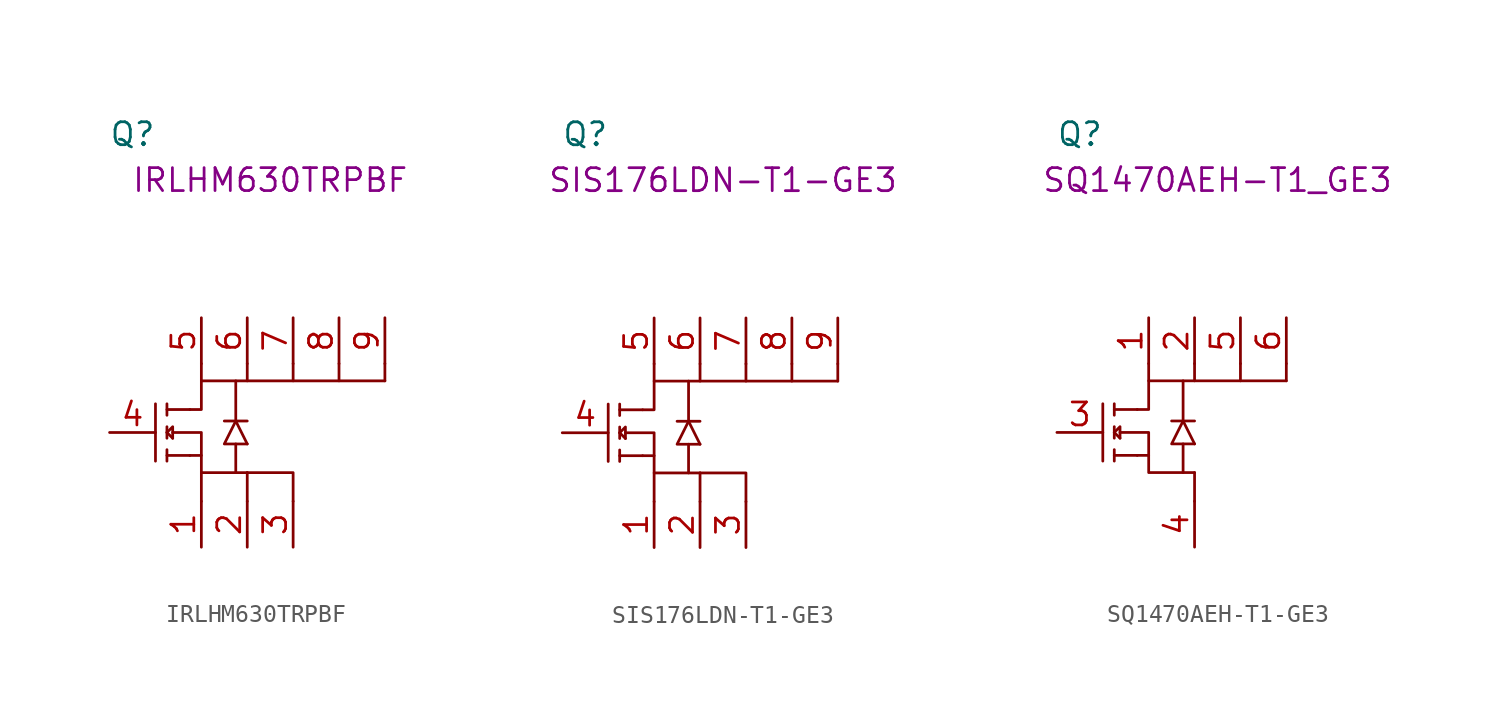
<source format=kicad_sym>
(kicad_symbol_lib
  (version 20211014)
  (generator kicad_symbol_editor)
  (symbol "IRLHM630TRPBF"
    (property "Reference" "Q"
      (at 1.27 16.51 0)
      (effects (font (size 1.27 1.27))))
    (property "P/N" "IRLHM630TRPBF"
      (at 8.89 13.97 0)
      (effects (font (size 1.27 1.27))))
    (symbol "IRLHM630TRPBF_0_0"
      (pin passive line (at 5.08 -6.35 90) (length 2.54) (name "" (effects (font (size 1.27 1.27)))) (number "1" (effects (font (size 1.27 1.27)))))
      (pin passive line (at 7.62 -6.35 90) (length 2.54) (name "" (effects (font (size 1.27 1.27)))) (number "2" (effects (font (size 1.27 1.27)))))
      (pin passive line (at 10.16 -6.35 90) (length 2.54) (name "" (effects (font (size 1.27 1.27)))) (number "3" (effects (font (size 1.27 1.27)))))
      (pin passive line (at 0 0 0) (length 2.54) (name "" (effects (font (size 1.27 1.27)))) (number "4" (effects (font (size 1.27 1.27)))))
      (pin passive line (at 5.08 6.35 270) (length 2.54) (name "" (effects (font (size 1.27 1.27)))) (number "5" (effects (font (size 1.27 1.27)))))
      (pin passive line (at 7.62 6.35 270) (length 2.54) (name "" (effects (font (size 1.27 1.27)))) (number "6" (effects (font (size 1.27 1.27)))))
      (pin passive line (at 10.16 6.35 270) (length 2.54) (name "" (effects (font (size 1.27 1.27)))) (number "7" (effects (font (size 1.27 1.27)))))
      (pin passive line (at 12.7 6.35 270) (length 2.54) (name "" (effects (font (size 1.27 1.27)))) (number "8" (effects (font (size 1.27 1.27)))))
      (pin passive line (at 15.24 6.35 270) (length 2.54) (name "" (effects (font (size 1.27 1.27)))) (number "9" (effects (font (size 1.27 1.27))))))
    (symbol "IRLHM630TRPBF_0_1"
      (polyline (pts (xy 2.54 -1.587) (xy 2.54 1.587)) (stroke (width 0) (type default) (color 0 0 0 0)) (fill (type none)))
      (polyline (pts (xy 3.175 -1.27) (xy 4.445 -1.27)) (stroke (width 0) (type default) (color 0 0 0 0)) (fill (type none)))
      (polyline (pts (xy 3.175 -0.953) (xy 3.175 -1.587)) (stroke (width 0) (type default) (color 0 0 0 0)) (fill (type none)))
      (polyline (pts (xy 3.175 0) (xy 3.493 -0.318)) (stroke (width 0) (type default) (color 0 0 0 0)) (fill (type none)))
      (polyline (pts (xy 3.175 0.318) (xy 3.175 -0.318)) (stroke (width 0) (type default) (color 0 0 0 0)) (fill (type none)))
      (polyline (pts (xy 3.175 1.27) (xy 4.445 1.27)) (stroke (width 0) (type default) (color 0 0 0 0)) (fill (type none)))
      (polyline (pts (xy 3.175 1.587) (xy 3.175 0.953)) (stroke (width 0) (type default) (color 0 0 0 0)) (fill (type none)))
      (polyline (pts (xy 5.08 -3.81) (xy 5.08 -2.223)) (stroke (width 0) (type default) (color 0 0 0 0)) (fill (type none)))
      (polyline (pts (xy 5.08 2.857) (xy 5.08 3.81)) (stroke (width 0) (type default) (color 0 0 0 0)) (fill (type none)))
      (polyline (pts (xy 6.985 -0.635) (xy 6.985 -2.223)) (stroke (width 0) (type default) (color 0 0 0 0)) (fill (type none)))
      (polyline (pts (xy 6.985 0.635) (xy 6.985 2.857)) (stroke (width 0) (type default) (color 0 0 0 0)) (fill (type none)))
      (polyline (pts (xy 7.62 -3.81) (xy 7.62 -2.223)) (stroke (width 0) (type default) (color 0 0 0 0)) (fill (type none)))
      (polyline (pts (xy 7.62 -0.635) (xy 6.985 0.635)) (stroke (width 0) (type default) (color 0 0 0 0)) (fill (type none)))
      (polyline (pts (xy 7.62 0.635) (xy 6.35 0.635)) (stroke (width 0) (type default) (color 0 0 0 0)) (fill (type none)))
      (polyline (pts (xy 7.62 2.857) (xy 7.62 3.81)) (stroke (width 0) (type default) (color 0 0 0 0)) (fill (type none)))
      (polyline (pts (xy 10.16 2.857) (xy 10.16 3.81)) (stroke (width 0) (type default) (color 0 0 0 0)) (fill (type none)))
      (polyline (pts (xy 12.7 2.857) (xy 12.7 3.81)) (stroke (width 0) (type default) (color 0 0 0 0)) (fill (type none)))
      (polyline (pts (xy 15.24 2.857) (xy 15.24 3.81)) (stroke (width 0) (type default) (color 0 0 0 0)) (fill (type none)))
      (polyline (pts (xy 3.493 -0.318) (xy 3.493 0.318) (xy 3.175 0)) (stroke (width 0) (type default) (color 0 0 0 0)) (fill (type none)))
      (polyline (pts (xy 3.493 0) (xy 5.08 0) (xy 5.08 -1.27)) (stroke (width 0) (type default) (color 0 0 0 0)) (fill (type none)))
      (polyline (pts (xy 7.62 -2.223) (xy 10.16 -2.223) (xy 10.16 -3.81)) (stroke (width 0) (type default) (color 0 0 0 0)) (fill (type none)))
      (polyline (pts (xy 7.62 -0.635) (xy 6.35 -0.635) (xy 6.985 0.635)) (stroke (width 0) (type default) (color 0 0 0 0)) (fill (type none)))
      (polyline (pts (xy 4.445 -1.27) (xy 5.08 -1.27) (xy 5.08 -2.223) (xy 7.62 -2.223)) (stroke (width 0) (type default) (color 0 0 0 0)) (fill (type none)))
      (polyline (pts (xy 4.445 1.27) (xy 5.08 1.27) (xy 5.08 2.857) (xy 15.24 2.857)) (stroke (width 0) (type default) (color 0 0 0 0)) (fill (type none)))))
  (symbol "SIS176LDN-T1-GE3"
    (property "Reference" "Q"
      (at 1.27 16.51 0)
      (effects (font (size 1.27 1.27))))
    (property "P/N" "SIS176LDN-T1-GE3"
      (at 8.89 13.97 0)
      (effects (font (size 1.27 1.27))))
    (symbol "SIS176LDN-T1-GE3_0_0"
      (pin passive line (at 5.08 -6.35 90) (length 2.54) (name "" (effects (font (size 1.27 1.27)))) (number "1" (effects (font (size 1.27 1.27)))))
      (pin passive line (at 7.62 -6.35 90) (length 2.54) (name "" (effects (font (size 1.27 1.27)))) (number "2" (effects (font (size 1.27 1.27)))))
      (pin passive line (at 10.16 -6.35 90) (length 2.54) (name "" (effects (font (size 1.27 1.27)))) (number "3" (effects (font (size 1.27 1.27)))))
      (pin passive line (at 0 0 0) (length 2.54) (name "" (effects (font (size 1.27 1.27)))) (number "4" (effects (font (size 1.27 1.27)))))
      (pin passive line (at 5.08 6.35 270) (length 2.54) (name "" (effects (font (size 1.27 1.27)))) (number "5" (effects (font (size 1.27 1.27)))))
      (pin passive line (at 7.62 6.35 270) (length 2.54) (name "" (effects (font (size 1.27 1.27)))) (number "6" (effects (font (size 1.27 1.27)))))
      (pin passive line (at 10.16 6.35 270) (length 2.54) (name "" (effects (font (size 1.27 1.27)))) (number "7" (effects (font (size 1.27 1.27)))))
      (pin passive line (at 12.7 6.35 270) (length 2.54) (name "" (effects (font (size 1.27 1.27)))) (number "8" (effects (font (size 1.27 1.27)))))
      (pin passive line (at 15.24 6.35 270) (length 2.54) (name "" (effects (font (size 1.27 1.27)))) (number "9" (effects (font (size 1.27 1.27))))))
    (symbol "SIS176LDN-T1-GE3_0_1"
      (polyline (pts (xy 2.54 -1.587) (xy 2.54 1.587)) (stroke (width 0) (type default) (color 0 0 0 0)) (fill (type none)))
      (polyline (pts (xy 3.175 -1.27) (xy 4.445 -1.27)) (stroke (width 0) (type default) (color 0 0 0 0)) (fill (type none)))
      (polyline (pts (xy 3.175 -0.953) (xy 3.175 -1.587)) (stroke (width 0) (type default) (color 0 0 0 0)) (fill (type none)))
      (polyline (pts (xy 3.175 0) (xy 3.493 -0.318)) (stroke (width 0) (type default) (color 0 0 0 0)) (fill (type none)))
      (polyline (pts (xy 3.175 0.318) (xy 3.175 -0.318)) (stroke (width 0) (type default) (color 0 0 0 0)) (fill (type none)))
      (polyline (pts (xy 3.175 1.27) (xy 4.445 1.27)) (stroke (width 0) (type default) (color 0 0 0 0)) (fill (type none)))
      (polyline (pts (xy 3.175 1.587) (xy 3.175 0.953)) (stroke (width 0) (type default) (color 0 0 0 0)) (fill (type none)))
      (polyline (pts (xy 5.08 -3.81) (xy 5.08 -2.223)) (stroke (width 0) (type default) (color 0 0 0 0)) (fill (type none)))
      (polyline (pts (xy 5.08 2.857) (xy 5.08 3.81)) (stroke (width 0) (type default) (color 0 0 0 0)) (fill (type none)))
      (polyline (pts (xy 6.985 -0.635) (xy 6.985 -2.223)) (stroke (width 0) (type default) (color 0 0 0 0)) (fill (type none)))
      (polyline (pts (xy 6.985 0.635) (xy 6.985 2.857)) (stroke (width 0) (type default) (color 0 0 0 0)) (fill (type none)))
      (polyline (pts (xy 7.62 -3.81) (xy 7.62 -2.223)) (stroke (width 0) (type default) (color 0 0 0 0)) (fill (type none)))
      (polyline (pts (xy 7.62 -0.635) (xy 6.985 0.635)) (stroke (width 0) (type default) (color 0 0 0 0)) (fill (type none)))
      (polyline (pts (xy 7.62 0.635) (xy 6.35 0.635)) (stroke (width 0) (type default) (color 0 0 0 0)) (fill (type none)))
      (polyline (pts (xy 7.62 2.857) (xy 7.62 3.81)) (stroke (width 0) (type default) (color 0 0 0 0)) (fill (type none)))
      (polyline (pts (xy 10.16 2.857) (xy 10.16 3.81)) (stroke (width 0) (type default) (color 0 0 0 0)) (fill (type none)))
      (polyline (pts (xy 12.7 2.857) (xy 12.7 3.81)) (stroke (width 0) (type default) (color 0 0 0 0)) (fill (type none)))
      (polyline (pts (xy 15.24 2.857) (xy 15.24 3.81)) (stroke (width 0) (type default) (color 0 0 0 0)) (fill (type none)))
      (polyline (pts (xy 3.493 -0.318) (xy 3.493 0.318) (xy 3.175 0)) (stroke (width 0) (type default) (color 0 0 0 0)) (fill (type none)))
      (polyline (pts (xy 3.493 0) (xy 5.08 0) (xy 5.08 -1.27)) (stroke (width 0) (type default) (color 0 0 0 0)) (fill (type none)))
      (polyline (pts (xy 7.62 -2.223) (xy 10.16 -2.223) (xy 10.16 -3.81)) (stroke (width 0) (type default) (color 0 0 0 0)) (fill (type none)))
      (polyline (pts (xy 7.62 -0.635) (xy 6.35 -0.635) (xy 6.985 0.635)) (stroke (width 0) (type default) (color 0 0 0 0)) (fill (type none)))
      (polyline (pts (xy 4.445 -1.27) (xy 5.08 -1.27) (xy 5.08 -2.223) (xy 7.62 -2.223)) (stroke (width 0) (type default) (color 0 0 0 0)) (fill (type none)))
      (polyline (pts (xy 4.445 1.27) (xy 5.08 1.27) (xy 5.08 2.857) (xy 15.24 2.857)) (stroke (width 0) (type default) (color 0 0 0 0)) (fill (type none)))))
  (symbol "SQ1470AEH-T1-GE3"
    (property "Reference" "Q"
      (at 1.27 16.51 0)
      (effects (font (size 1.27 1.27))))
    (property "P/N" "SQ1470AEH-T1_GE3"
      (at 8.89 13.97 0)
      (effects (font (size 1.27 1.27))))
    (symbol "SQ1470AEH-T1-GE3_0_0"
      (pin passive line (at 5.08 6.35 270) (length 2.54) (name "" (effects (font (size 1.27 1.27)))) (number "1" (effects (font (size 1.27 1.27)))))
      (pin passive line (at 7.62 6.35 270) (length 2.54) (name "" (effects (font (size 1.27 1.27)))) (number "2" (effects (font (size 1.27 1.27)))))
      (pin passive line (at 0 0 0) (length 2.54) (name "" (effects (font (size 1.27 1.27)))) (number "3" (effects (font (size 1.27 1.27)))))
      (pin passive line (at 7.62 -6.35 90) (length 2.54) (name "" (effects (font (size 1.27 1.27)))) (number "4" (effects (font (size 1.27 1.27)))))
      (pin passive line (at 10.16 6.35 270) (length 2.54) (name "" (effects (font (size 1.27 1.27)))) (number "5" (effects (font (size 1.27 1.27)))))
      (pin passive line (at 12.7 6.35 270) (length 2.54) (name "" (effects (font (size 1.27 1.27)))) (number "6" (effects (font (size 1.27 1.27))))))
    (symbol "SQ1470AEH-T1-GE3_0_1"
      (polyline (pts (xy 2.54 -1.587) (xy 2.54 1.587)) (stroke (width 0) (type default) (color 0 0 0 0)) (fill (type none)))
      (polyline (pts (xy 3.175 -1.27) (xy 4.445 -1.27)) (stroke (width 0) (type default) (color 0 0 0 0)) (fill (type none)))
      (polyline (pts (xy 3.175 -0.953) (xy 3.175 -1.587)) (stroke (width 0) (type default) (color 0 0 0 0)) (fill (type none)))
      (polyline (pts (xy 3.175 0) (xy 3.493 -0.318)) (stroke (width 0) (type default) (color 0 0 0 0)) (fill (type none)))
      (polyline (pts (xy 3.175 0.318) (xy 3.175 -0.318)) (stroke (width 0) (type default) (color 0 0 0 0)) (fill (type none)))
      (polyline (pts (xy 3.175 1.27) (xy 4.445 1.27)) (stroke (width 0) (type default) (color 0 0 0 0)) (fill (type none)))
      (polyline (pts (xy 3.175 1.587) (xy 3.175 0.953)) (stroke (width 0) (type default) (color 0 0 0 0)) (fill (type none)))
      (polyline (pts (xy 5.08 2.857) (xy 5.08 3.81)) (stroke (width 0) (type default) (color 0 0 0 0)) (fill (type none)))
      (polyline (pts (xy 6.985 -0.635) (xy 6.985 -2.223)) (stroke (width 0) (type default) (color 0 0 0 0)) (fill (type none)))
      (polyline (pts (xy 6.985 0.635) (xy 6.985 2.857)) (stroke (width 0) (type default) (color 0 0 0 0)) (fill (type none)))
      (polyline (pts (xy 7.62 -3.81) (xy 7.62 -2.223)) (stroke (width 0) (type default) (color 0 0 0 0)) (fill (type none)))
      (polyline (pts (xy 7.62 -0.635) (xy 6.985 0.635)) (stroke (width 0) (type default) (color 0 0 0 0)) (fill (type none)))
      (polyline (pts (xy 7.62 0.635) (xy 6.35 0.635)) (stroke (width 0) (type default) (color 0 0 0 0)) (fill (type none)))
      (polyline (pts (xy 7.62 2.857) (xy 7.62 3.81)) (stroke (width 0) (type default) (color 0 0 0 0)) (fill (type none)))
      (polyline (pts (xy 10.16 2.857) (xy 10.16 3.81)) (stroke (width 0) (type default) (color 0 0 0 0)) (fill (type none)))
      (polyline (pts (xy 12.7 2.857) (xy 12.7 3.81)) (stroke (width 0) (type default) (color 0 0 0 0)) (fill (type none)))
      (polyline (pts (xy 3.493 -0.318) (xy 3.493 0.318) (xy 3.175 0)) (stroke (width 0) (type default) (color 0 0 0 0)) (fill (type none)))
      (polyline (pts (xy 3.493 0) (xy 5.08 0) (xy 5.08 -1.27)) (stroke (width 0) (type default) (color 0 0 0 0)) (fill (type none)))
      (polyline (pts (xy 7.62 -0.635) (xy 6.35 -0.635) (xy 6.985 0.635)) (stroke (width 0) (type default) (color 0 0 0 0)) (fill (type none)))
      (polyline (pts (xy 4.445 -1.27) (xy 5.08 -1.27) (xy 5.08 -2.223) (xy 7.62 -2.223)) (stroke (width 0) (type default) (color 0 0 0 0)) (fill (type none)))
      (polyline (pts (xy 4.445 1.27) (xy 5.08 1.27) (xy 5.08 2.857) (xy 12.7 2.857)) (stroke (width 0) (type default) (color 0 0 0 0)) (fill (type none))))))
</source>
